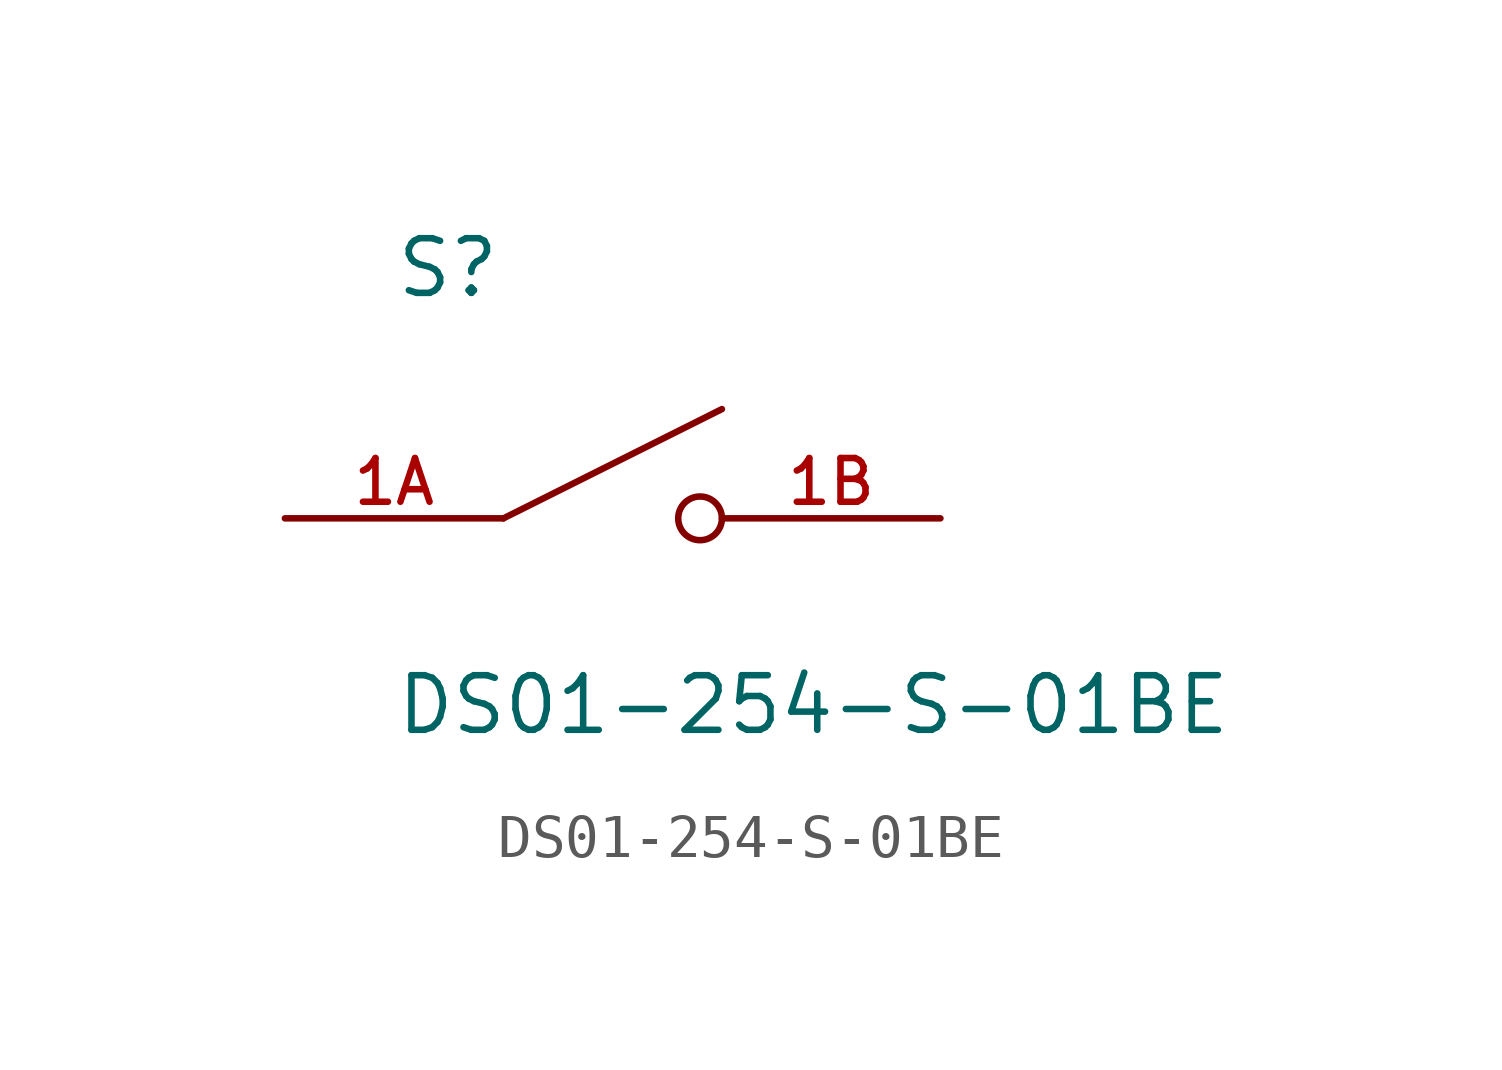
<source format=kicad_sym>
(kicad_symbol_lib
  (version 20231120)
  (generator "kicad_symbol_editor")
  (generator_version "8.0")
  (symbol "DS01-254-S-01BE"
    (pin_names
      (offset 1.016))
    (property "Reference" "S"
      (at -5.08 5.08 0)
      (effects (font (size 1.27 1.27)) (justify left bottom)))
    (property "Value" "DS01-254-S-01BE"
      (at -5.08 -5.08 0)
      (effects (font (size 1.27 1.27)) (justify left bottom)))
    (symbol "DS01-254-S-01BE_0_0"
      (polyline (pts (xy -2.54 0) (xy 2.54 2.54)) (stroke (width 0.152) (type default)) (fill (type none)))
      (circle (center 2.032 0) (radius 0.508) (stroke (width 0.152) (type default)) (fill (type none)))
      (pin passive line (at -7.62 0 0) (length 5.08) (name "~" (effects (font (size 1.016 1.016)))) (number "1A" (effects (font (size 1.016 1.016)))))
      (pin passive line (at 7.62 0 180) (length 5.08) (name "~" (effects (font (size 1.016 1.016)))) (number "1B" (effects (font (size 1.016 1.016))))))))
</source>
